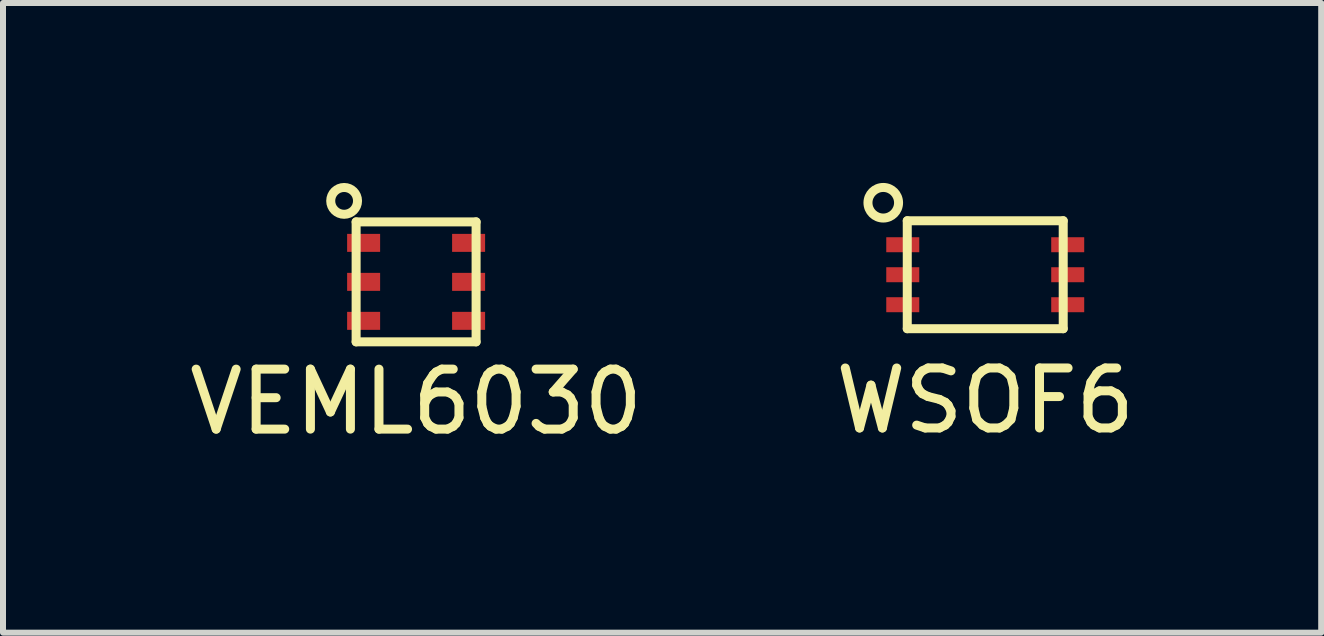
<source format=kicad_pcb>
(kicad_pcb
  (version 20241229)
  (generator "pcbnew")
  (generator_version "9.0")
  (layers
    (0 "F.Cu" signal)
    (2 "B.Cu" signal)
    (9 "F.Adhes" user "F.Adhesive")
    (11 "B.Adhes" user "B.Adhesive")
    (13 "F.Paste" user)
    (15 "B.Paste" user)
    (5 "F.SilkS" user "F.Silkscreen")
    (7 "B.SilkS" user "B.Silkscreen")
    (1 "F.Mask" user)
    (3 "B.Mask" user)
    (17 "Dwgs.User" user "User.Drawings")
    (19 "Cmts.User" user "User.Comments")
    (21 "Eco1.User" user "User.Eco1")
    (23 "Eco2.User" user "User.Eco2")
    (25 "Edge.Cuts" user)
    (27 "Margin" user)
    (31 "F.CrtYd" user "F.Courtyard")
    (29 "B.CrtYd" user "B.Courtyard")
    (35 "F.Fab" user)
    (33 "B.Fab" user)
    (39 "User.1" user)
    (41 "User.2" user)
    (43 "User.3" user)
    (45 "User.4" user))
  (footprint "WSOF6"
    (layer "F.Cu")
    (at 13.375 1.53)
    (property "Reference" "WSOF6" (at 0 2.1 0) (layer "F.SilkS") (effects (font (size 1 1) (thickness 0.15))))
    (attr through_hole)
    (fp_line (start -1.3 -0.9) (end -1.3 0.9) (stroke (width 0.15) (type solid)) (layer "F.SilkS"))
    (fp_line (start -1.3 -0.9) (end 1.3 -0.9) (stroke (width 0.15) (type solid)) (layer "F.SilkS"))
    (fp_line (start -1.3 0.9) (end 1.3 0.9) (stroke (width 0.15) (type solid)) (layer "F.SilkS"))
    (fp_line (start 1.3 -0.9) (end 1.3 0.9) (stroke (width 0.15) (type solid)) (layer "F.SilkS"))
    (fp_circle (center -1.7 -1.2) (end -1.45 -1.25) (stroke (width 0.15) (type solid)) (fill no) (layer "F.SilkS"))
    (pad "1" smd rect (at -1.375 -0.5) (size 0.55 0.25) (layers "F.Cu" "F.Mask" "F.Paste"))
    (pad "2" smd rect (at -1.375 0) (size 0.55 0.25) (layers "F.Cu" "F.Mask" "F.Paste"))
    (pad "3" smd rect (at -1.375 0.5) (size 0.55 0.25) (layers "F.Cu" "F.Mask" "F.Paste"))
    (pad "4" smd rect (at 1.375 0.5) (size 0.55 0.25) (layers "F.Cu" "F.Mask" "F.Paste"))
    (pad "5" smd rect (at 1.375 0) (size 0.55 0.25) (layers "F.Cu" "F.Mask" "F.Paste"))
    (pad "6" smd rect (at 1.375 -0.5) (size 0.55 0.25) (layers "F.Cu" "F.Mask" "F.Paste")))
  (footprint "VEML6030"
    (layer "F.Cu")
    (at 3.887 1.649)
    (property "Reference" "VEML6030" (at 0 2 0) (layer "F.SilkS") (effects (font (size 1 1) (thickness 0.15))))
    (attr through_hole)
    (fp_line (start -1 -1) (end -1 1) (stroke (width 0.15) (type solid)) (layer "F.SilkS"))
    (fp_line (start -1 -1) (end 1 -1) (stroke (width 0.15) (type solid)) (layer "F.SilkS"))
    (fp_line (start -1 1) (end 1 1) (stroke (width 0.15) (type solid)) (layer "F.SilkS"))
    (fp_line (start 1 -1) (end 1 1) (stroke (width 0.15) (type solid)) (layer "F.SilkS"))
    (fp_circle (center -1.2 -1.35) (end -1 -1.45) (stroke (width 0.15) (type solid)) (fill no) (layer "F.SilkS"))
    (pad "1" smd rect (at -0.875 -0.65) (size 0.55 0.3) (layers "F.Cu" "F.Mask" "F.Paste"))
    (pad "2" smd rect (at -0.875 0) (size 0.55 0.3) (layers "F.Cu" "F.Mask" "F.Paste"))
    (pad "3" smd rect (at -0.875 0.65) (size 0.55 0.3) (layers "F.Cu" "F.Mask" "F.Paste"))
    (pad "4" smd rect (at 0.875 0.65) (size 0.55 0.3) (layers "F.Cu" "F.Mask" "F.Paste"))
    (pad "5" smd rect (at 0.875 0) (size 0.55 0.3) (layers "F.Cu" "F.Mask" "F.Paste"))
    (pad "6" smd rect (at 0.875 -0.65) (size 0.55 0.3) (layers "F.Cu" "F.Mask" "F.Paste")))
  (gr_rect
    (start -3 -3)
    (end 18.976 7.497)
    (stroke (width 0.1) (type default))
    (fill no)
    (layer "Edge.Cuts")))
</source>
